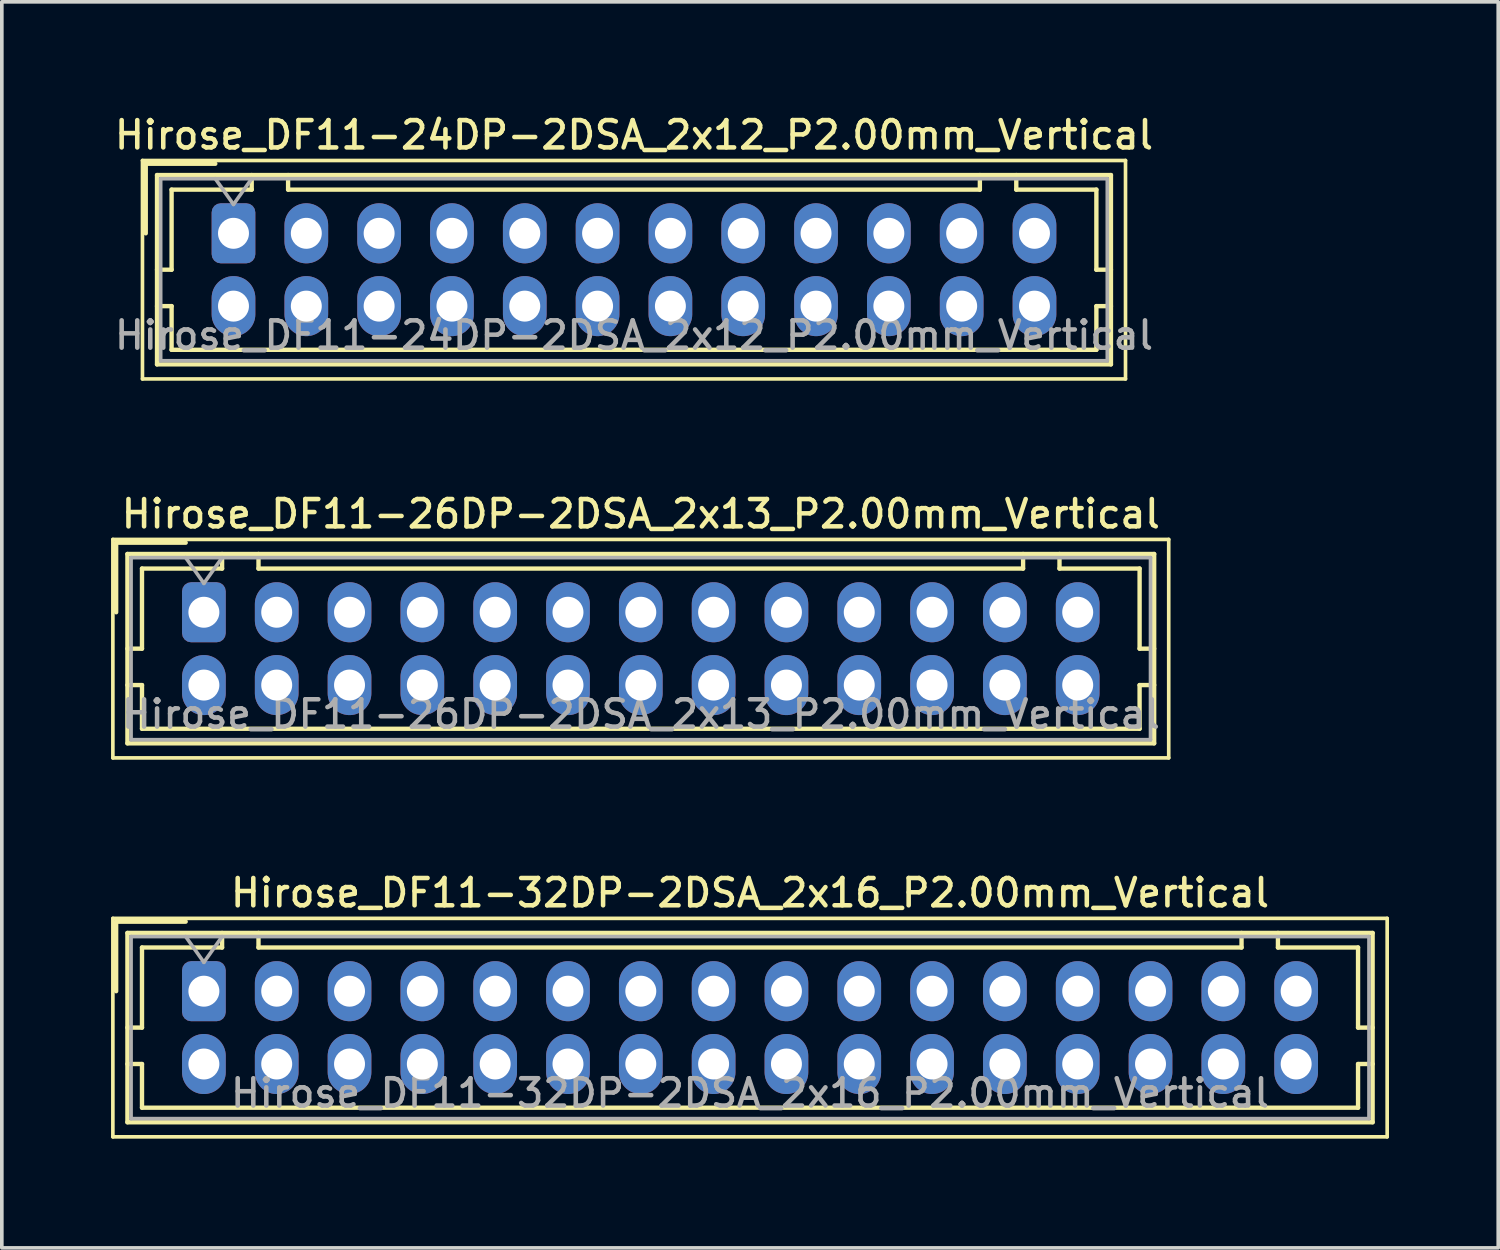
<source format=kicad_pcb>
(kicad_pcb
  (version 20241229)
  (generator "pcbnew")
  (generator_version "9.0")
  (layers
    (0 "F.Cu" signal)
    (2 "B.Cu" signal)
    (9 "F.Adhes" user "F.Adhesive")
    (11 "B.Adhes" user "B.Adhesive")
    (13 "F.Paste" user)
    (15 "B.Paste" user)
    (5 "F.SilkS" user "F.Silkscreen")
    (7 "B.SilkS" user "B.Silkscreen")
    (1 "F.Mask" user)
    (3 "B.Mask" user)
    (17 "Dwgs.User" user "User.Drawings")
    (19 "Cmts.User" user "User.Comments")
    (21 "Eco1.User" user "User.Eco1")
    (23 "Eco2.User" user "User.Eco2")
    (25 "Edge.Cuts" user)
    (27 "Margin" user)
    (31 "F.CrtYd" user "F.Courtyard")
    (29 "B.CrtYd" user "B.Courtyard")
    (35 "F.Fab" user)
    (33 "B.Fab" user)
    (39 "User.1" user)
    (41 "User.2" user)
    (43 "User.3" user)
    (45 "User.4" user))
  (footprint "Hirose_DF11-24DP-2DSA_2x12_P2.00mm_Vertical"
    (layer "F.Cu")
    (at 3.363 3.358)
    (property "Reference" "Hirose_DF11-24DP-2DSA_2x12_P2.00mm_Vertical" (at 11 -2.7 0) (layer "F.SilkS") (effects (font (size 0.75 0.75) (thickness 0.125))))
    (attr through_hole)
    (fp_line (start -2.5 -2) (end -2.5 4) (stroke (width 0.1) (type solid)) (layer "F.SilkS"))
    (fp_line (start -2.5 4) (end 24.5 4) (stroke (width 0.1) (type solid)) (layer "F.SilkS"))
    (fp_line (start -2.41 -1.91) (end -0.5 -1.91) (stroke (width 0.12) (type solid)) (layer "F.SilkS"))
    (fp_line (start -2.41 0) (end -2.41 -1.91) (stroke (width 0.12) (type solid)) (layer "F.SilkS"))
    (fp_line (start -2.1 -1.6) (end -2.1 3.6) (stroke (width 0.12) (type solid)) (layer "F.SilkS"))
    (fp_line (start -2.1 1) (end -1.7 1) (stroke (width 0.12) (type solid)) (layer "F.SilkS"))
    (fp_line (start -2.1 2) (end -1.7 2) (stroke (width 0.12) (type solid)) (layer "F.SilkS"))
    (fp_line (start -2.1 3.6) (end 24.1 3.6) (stroke (width 0.12) (type solid)) (layer "F.SilkS"))
    (fp_line (start -1.7 -1.2) (end 0.5 -1.2) (stroke (width 0.12) (type solid)) (layer "F.SilkS"))
    (fp_line (start -1.7 1) (end -1.7 -1.2) (stroke (width 0.12) (type solid)) (layer "F.SilkS"))
    (fp_line (start -1.7 2) (end -1.7 3.2) (stroke (width 0.12) (type solid)) (layer "F.SilkS"))
    (fp_line (start -1.7 3.2) (end 23.7 3.2) (stroke (width 0.12) (type solid)) (layer "F.SilkS"))
    (fp_line (start 0.5 -1.2) (end 0.5 -1.6) (stroke (width 0.12) (type solid)) (layer "F.SilkS"))
    (fp_line (start 1.5 -1.6) (end 1.5 -1.2) (stroke (width 0.12) (type solid)) (layer "F.SilkS"))
    (fp_line (start 1.5 -1.2) (end 20.5 -1.2) (stroke (width 0.12) (type solid)) (layer "F.SilkS"))
    (fp_line (start 20.5 -1.2) (end 20.5 -1.6) (stroke (width 0.12) (type solid)) (layer "F.SilkS"))
    (fp_line (start 21.5 -1.2) (end 21.5 -1.6) (stroke (width 0.12) (type solid)) (layer "F.SilkS"))
    (fp_line (start 23.7 -1.2) (end 21.5 -1.2) (stroke (width 0.12) (type solid)) (layer "F.SilkS"))
    (fp_line (start 23.7 1) (end 23.7 -1.2) (stroke (width 0.12) (type solid)) (layer "F.SilkS"))
    (fp_line (start 23.7 2) (end 24.1 2) (stroke (width 0.12) (type solid)) (layer "F.SilkS"))
    (fp_line (start 23.7 3.2) (end 23.7 2) (stroke (width 0.12) (type solid)) (layer "F.SilkS"))
    (fp_line (start 24.1 -1.6) (end -2.1 -1.6) (stroke (width 0.12) (type solid)) (layer "F.SilkS"))
    (fp_line (start 24.1 1) (end 23.7 1) (stroke (width 0.12) (type solid)) (layer "F.SilkS"))
    (fp_line (start 24.1 3.6) (end 24.1 -1.6) (stroke (width 0.12) (type solid)) (layer "F.SilkS"))
    (fp_line (start 24.5 -2) (end -2.5 -2) (stroke (width 0.1) (type solid)) (layer "F.SilkS"))
    (fp_line (start 24.5 4) (end 24.5 -2) (stroke (width 0.1) (type solid)) (layer "F.SilkS"))
    (fp_line (start -2 -1.5) (end -2 3.5) (stroke (width 0.1) (type solid)) (layer "F.Fab"))
    (fp_line (start -2 3.5) (end 24 3.5) (stroke (width 0.1) (type solid)) (layer "F.Fab"))
    (fp_line (start -0.5 -1.5) (end 0 -0.793) (stroke (width 0.1) (type solid)) (layer "F.Fab"))
    (fp_line (start 0 -0.793) (end 0.5 -1.5) (stroke (width 0.1) (type solid)) (layer "F.Fab"))
    (fp_line (start 24 -1.5) (end -2 -1.5) (stroke (width 0.1) (type solid)) (layer "F.Fab"))
    (fp_line (start 24 3.5) (end 24 -1.5) (stroke (width 0.1) (type solid)) (layer "F.Fab"))
    (fp_text user "${REFERENCE}" (at 11 2.8 0) (layer "F.Fab") (effects (font (size 0.75 0.75) (thickness 0.125))))
    (pad "1" thru_hole roundrect (at 0 0) (size 1.2 1.65) (drill 0.85) (layers "*.Cu" "*.Mask") (roundrect_rratio 0.208))
    (pad "2" thru_hole oval (at 0 2) (size 1.2 1.65) (drill 0.85) (layers "*.Cu" "*.Mask"))
    (pad "3" thru_hole oval (at 2 0) (size 1.2 1.65) (drill 0.85) (layers "*.Cu" "*.Mask"))
    (pad "4" thru_hole oval (at 2 2) (size 1.2 1.65) (drill 0.85) (layers "*.Cu" "*.Mask"))
    (pad "5" thru_hole oval (at 4 0) (size 1.2 1.65) (drill 0.85) (layers "*.Cu" "*.Mask"))
    (pad "6" thru_hole oval (at 4 2) (size 1.2 1.65) (drill 0.85) (layers "*.Cu" "*.Mask"))
    (pad "7" thru_hole oval (at 6 0) (size 1.2 1.65) (drill 0.85) (layers "*.Cu" "*.Mask"))
    (pad "8" thru_hole oval (at 6 2) (size 1.2 1.65) (drill 0.85) (layers "*.Cu" "*.Mask"))
    (pad "9" thru_hole oval (at 8 0) (size 1.2 1.65) (drill 0.85) (layers "*.Cu" "*.Mask"))
    (pad "10" thru_hole oval (at 8 2) (size 1.2 1.65) (drill 0.85) (layers "*.Cu" "*.Mask"))
    (pad "11" thru_hole oval (at 10 0) (size 1.2 1.65) (drill 0.85) (layers "*.Cu" "*.Mask"))
    (pad "12" thru_hole oval (at 10 2) (size 1.2 1.65) (drill 0.85) (layers "*.Cu" "*.Mask"))
    (pad "13" thru_hole oval (at 12 0) (size 1.2 1.65) (drill 0.85) (layers "*.Cu" "*.Mask"))
    (pad "14" thru_hole oval (at 12 2) (size 1.2 1.65) (drill 0.85) (layers "*.Cu" "*.Mask"))
    (pad "15" thru_hole oval (at 14 0) (size 1.2 1.65) (drill 0.85) (layers "*.Cu" "*.Mask"))
    (pad "16" thru_hole oval (at 14 2) (size 1.2 1.65) (drill 0.85) (layers "*.Cu" "*.Mask"))
    (pad "17" thru_hole oval (at 16 0) (size 1.2 1.65) (drill 0.85) (layers "*.Cu" "*.Mask"))
    (pad "18" thru_hole oval (at 16 2) (size 1.2 1.65) (drill 0.85) (layers "*.Cu" "*.Mask"))
    (pad "19" thru_hole oval (at 18 0) (size 1.2 1.65) (drill 0.85) (layers "*.Cu" "*.Mask"))
    (pad "20" thru_hole oval (at 18 2) (size 1.2 1.65) (drill 0.85) (layers "*.Cu" "*.Mask"))
    (pad "21" thru_hole oval (at 20 0) (size 1.2 1.65) (drill 0.85) (layers "*.Cu" "*.Mask"))
    (pad "22" thru_hole oval (at 20 2) (size 1.2 1.65) (drill 0.85) (layers "*.Cu" "*.Mask"))
    (pad "23" thru_hole oval (at 22 0) (size 1.2 1.65) (drill 0.85) (layers "*.Cu" "*.Mask"))
    (pad "24" thru_hole oval (at 22 2) (size 1.2 1.65) (drill 0.85) (layers "*.Cu" "*.Mask")))
  (footprint "Hirose_DF11-32DP-2DSA_2x16_P2.00mm_Vertical"
    (layer "F.Cu")
    (at 2.55 24.174)
    (property "Reference" "Hirose_DF11-32DP-2DSA_2x16_P2.00mm_Vertical" (at 15 -2.7 0) (layer "F.SilkS") (effects (font (size 0.75 0.75) (thickness 0.125))))
    (attr through_hole)
    (fp_line (start -2.5 -2) (end -2.5 4) (stroke (width 0.1) (type solid)) (layer "F.SilkS"))
    (fp_line (start -2.5 4) (end 32.5 4) (stroke (width 0.1) (type solid)) (layer "F.SilkS"))
    (fp_line (start -2.41 -1.91) (end -0.5 -1.91) (stroke (width 0.12) (type solid)) (layer "F.SilkS"))
    (fp_line (start -2.41 0) (end -2.41 -1.91) (stroke (width 0.12) (type solid)) (layer "F.SilkS"))
    (fp_line (start -2.1 -1.6) (end -2.1 3.6) (stroke (width 0.12) (type solid)) (layer "F.SilkS"))
    (fp_line (start -2.1 1) (end -1.7 1) (stroke (width 0.12) (type solid)) (layer "F.SilkS"))
    (fp_line (start -2.1 2) (end -1.7 2) (stroke (width 0.12) (type solid)) (layer "F.SilkS"))
    (fp_line (start -2.1 3.6) (end 32.1 3.6) (stroke (width 0.12) (type solid)) (layer "F.SilkS"))
    (fp_line (start -1.7 -1.2) (end 0.5 -1.2) (stroke (width 0.12) (type solid)) (layer "F.SilkS"))
    (fp_line (start -1.7 1) (end -1.7 -1.2) (stroke (width 0.12) (type solid)) (layer "F.SilkS"))
    (fp_line (start -1.7 2) (end -1.7 3.2) (stroke (width 0.12) (type solid)) (layer "F.SilkS"))
    (fp_line (start -1.7 3.2) (end 31.7 3.2) (stroke (width 0.12) (type solid)) (layer "F.SilkS"))
    (fp_line (start 0.5 -1.2) (end 0.5 -1.6) (stroke (width 0.12) (type solid)) (layer "F.SilkS"))
    (fp_line (start 1.5 -1.6) (end 1.5 -1.2) (stroke (width 0.12) (type solid)) (layer "F.SilkS"))
    (fp_line (start 1.5 -1.2) (end 28.5 -1.2) (stroke (width 0.12) (type solid)) (layer "F.SilkS"))
    (fp_line (start 28.5 -1.2) (end 28.5 -1.6) (stroke (width 0.12) (type solid)) (layer "F.SilkS"))
    (fp_line (start 29.5 -1.2) (end 29.5 -1.6) (stroke (width 0.12) (type solid)) (layer "F.SilkS"))
    (fp_line (start 31.7 -1.2) (end 29.5 -1.2) (stroke (width 0.12) (type solid)) (layer "F.SilkS"))
    (fp_line (start 31.7 1) (end 31.7 -1.2) (stroke (width 0.12) (type solid)) (layer "F.SilkS"))
    (fp_line (start 31.7 2) (end 32.1 2) (stroke (width 0.12) (type solid)) (layer "F.SilkS"))
    (fp_line (start 31.7 3.2) (end 31.7 2) (stroke (width 0.12) (type solid)) (layer "F.SilkS"))
    (fp_line (start 32.1 -1.6) (end -2.1 -1.6) (stroke (width 0.12) (type solid)) (layer "F.SilkS"))
    (fp_line (start 32.1 1) (end 31.7 1) (stroke (width 0.12) (type solid)) (layer "F.SilkS"))
    (fp_line (start 32.1 3.6) (end 32.1 -1.6) (stroke (width 0.12) (type solid)) (layer "F.SilkS"))
    (fp_line (start 32.5 -2) (end -2.5 -2) (stroke (width 0.1) (type solid)) (layer "F.SilkS"))
    (fp_line (start 32.5 4) (end 32.5 -2) (stroke (width 0.1) (type solid)) (layer "F.SilkS"))
    (fp_line (start -2 -1.5) (end -2 3.5) (stroke (width 0.1) (type solid)) (layer "F.Fab"))
    (fp_line (start -2 3.5) (end 32 3.5) (stroke (width 0.1) (type solid)) (layer "F.Fab"))
    (fp_line (start -0.5 -1.5) (end 0 -0.793) (stroke (width 0.1) (type solid)) (layer "F.Fab"))
    (fp_line (start 0 -0.793) (end 0.5 -1.5) (stroke (width 0.1) (type solid)) (layer "F.Fab"))
    (fp_line (start 32 -1.5) (end -2 -1.5) (stroke (width 0.1) (type solid)) (layer "F.Fab"))
    (fp_line (start 32 3.5) (end 32 -1.5) (stroke (width 0.1) (type solid)) (layer "F.Fab"))
    (fp_text user "${REFERENCE}" (at 15 2.8 0) (layer "F.Fab") (effects (font (size 0.75 0.75) (thickness 0.125))))
    (pad "1" thru_hole roundrect (at 0 0) (size 1.2 1.65) (drill 0.85) (layers "*.Cu" "*.Mask") (roundrect_rratio 0.208))
    (pad "2" thru_hole oval (at 0 2) (size 1.2 1.65) (drill 0.85) (layers "*.Cu" "*.Mask"))
    (pad "3" thru_hole oval (at 2 0) (size 1.2 1.65) (drill 0.85) (layers "*.Cu" "*.Mask"))
    (pad "4" thru_hole oval (at 2 2) (size 1.2 1.65) (drill 0.85) (layers "*.Cu" "*.Mask"))
    (pad "5" thru_hole oval (at 4 0) (size 1.2 1.65) (drill 0.85) (layers "*.Cu" "*.Mask"))
    (pad "6" thru_hole oval (at 4 2) (size 1.2 1.65) (drill 0.85) (layers "*.Cu" "*.Mask"))
    (pad "7" thru_hole oval (at 6 0) (size 1.2 1.65) (drill 0.85) (layers "*.Cu" "*.Mask"))
    (pad "8" thru_hole oval (at 6 2) (size 1.2 1.65) (drill 0.85) (layers "*.Cu" "*.Mask"))
    (pad "9" thru_hole oval (at 8 0) (size 1.2 1.65) (drill 0.85) (layers "*.Cu" "*.Mask"))
    (pad "10" thru_hole oval (at 8 2) (size 1.2 1.65) (drill 0.85) (layers "*.Cu" "*.Mask"))
    (pad "11" thru_hole oval (at 10 0) (size 1.2 1.65) (drill 0.85) (layers "*.Cu" "*.Mask"))
    (pad "12" thru_hole oval (at 10 2) (size 1.2 1.65) (drill 0.85) (layers "*.Cu" "*.Mask"))
    (pad "13" thru_hole oval (at 12 0) (size 1.2 1.65) (drill 0.85) (layers "*.Cu" "*.Mask"))
    (pad "14" thru_hole oval (at 12 2) (size 1.2 1.65) (drill 0.85) (layers "*.Cu" "*.Mask"))
    (pad "15" thru_hole oval (at 14 0) (size 1.2 1.65) (drill 0.85) (layers "*.Cu" "*.Mask"))
    (pad "16" thru_hole oval (at 14 2) (size 1.2 1.65) (drill 0.85) (layers "*.Cu" "*.Mask"))
    (pad "17" thru_hole oval (at 16 0) (size 1.2 1.65) (drill 0.85) (layers "*.Cu" "*.Mask"))
    (pad "18" thru_hole oval (at 16 2) (size 1.2 1.65) (drill 0.85) (layers "*.Cu" "*.Mask"))
    (pad "19" thru_hole oval (at 18 0) (size 1.2 1.65) (drill 0.85) (layers "*.Cu" "*.Mask"))
    (pad "20" thru_hole oval (at 18 2) (size 1.2 1.65) (drill 0.85) (layers "*.Cu" "*.Mask"))
    (pad "21" thru_hole oval (at 20 0) (size 1.2 1.65) (drill 0.85) (layers "*.Cu" "*.Mask"))
    (pad "22" thru_hole oval (at 20 2) (size 1.2 1.65) (drill 0.85) (layers "*.Cu" "*.Mask"))
    (pad "23" thru_hole oval (at 22 0) (size 1.2 1.65) (drill 0.85) (layers "*.Cu" "*.Mask"))
    (pad "24" thru_hole oval (at 22 2) (size 1.2 1.65) (drill 0.85) (layers "*.Cu" "*.Mask"))
    (pad "25" thru_hole oval (at 24 0) (size 1.2 1.65) (drill 0.85) (layers "*.Cu" "*.Mask"))
    (pad "26" thru_hole oval (at 24 2) (size 1.2 1.65) (drill 0.85) (layers "*.Cu" "*.Mask"))
    (pad "27" thru_hole oval (at 26 0) (size 1.2 1.65) (drill 0.85) (layers "*.Cu" "*.Mask"))
    (pad "28" thru_hole oval (at 26 2) (size 1.2 1.65) (drill 0.85) (layers "*.Cu" "*.Mask"))
    (pad "29" thru_hole oval (at 28 0) (size 1.2 1.65) (drill 0.85) (layers "*.Cu" "*.Mask"))
    (pad "30" thru_hole oval (at 28 2) (size 1.2 1.65) (drill 0.85) (layers "*.Cu" "*.Mask"))
    (pad "31" thru_hole oval (at 30 0) (size 1.2 1.65) (drill 0.85) (layers "*.Cu" "*.Mask"))
    (pad "32" thru_hole oval (at 30 2) (size 1.2 1.65) (drill 0.85) (layers "*.Cu" "*.Mask")))
  (footprint "Hirose_DF11-26DP-2DSA_2x13_P2.00mm_Vertical"
    (layer "F.Cu")
    (at 2.55 13.766)
    (property "Reference" "Hirose_DF11-26DP-2DSA_2x13_P2.00mm_Vertical" (at 12 -2.7 0) (layer "F.SilkS") (effects (font (size 0.75 0.75) (thickness 0.125))))
    (attr through_hole)
    (fp_line (start -2.5 -2) (end -2.5 4) (stroke (width 0.1) (type solid)) (layer "F.SilkS"))
    (fp_line (start -2.5 4) (end 26.5 4) (stroke (width 0.1) (type solid)) (layer "F.SilkS"))
    (fp_line (start -2.41 -1.91) (end -0.5 -1.91) (stroke (width 0.12) (type solid)) (layer "F.SilkS"))
    (fp_line (start -2.41 0) (end -2.41 -1.91) (stroke (width 0.12) (type solid)) (layer "F.SilkS"))
    (fp_line (start -2.1 -1.6) (end -2.1 3.6) (stroke (width 0.12) (type solid)) (layer "F.SilkS"))
    (fp_line (start -2.1 1) (end -1.7 1) (stroke (width 0.12) (type solid)) (layer "F.SilkS"))
    (fp_line (start -2.1 2) (end -1.7 2) (stroke (width 0.12) (type solid)) (layer "F.SilkS"))
    (fp_line (start -2.1 3.6) (end 26.1 3.6) (stroke (width 0.12) (type solid)) (layer "F.SilkS"))
    (fp_line (start -1.7 -1.2) (end 0.5 -1.2) (stroke (width 0.12) (type solid)) (layer "F.SilkS"))
    (fp_line (start -1.7 1) (end -1.7 -1.2) (stroke (width 0.12) (type solid)) (layer "F.SilkS"))
    (fp_line (start -1.7 2) (end -1.7 3.2) (stroke (width 0.12) (type solid)) (layer "F.SilkS"))
    (fp_line (start -1.7 3.2) (end 25.7 3.2) (stroke (width 0.12) (type solid)) (layer "F.SilkS"))
    (fp_line (start 0.5 -1.2) (end 0.5 -1.6) (stroke (width 0.12) (type solid)) (layer "F.SilkS"))
    (fp_line (start 1.5 -1.6) (end 1.5 -1.2) (stroke (width 0.12) (type solid)) (layer "F.SilkS"))
    (fp_line (start 1.5 -1.2) (end 22.5 -1.2) (stroke (width 0.12) (type solid)) (layer "F.SilkS"))
    (fp_line (start 22.5 -1.2) (end 22.5 -1.6) (stroke (width 0.12) (type solid)) (layer "F.SilkS"))
    (fp_line (start 23.5 -1.2) (end 23.5 -1.6) (stroke (width 0.12) (type solid)) (layer "F.SilkS"))
    (fp_line (start 25.7 -1.2) (end 23.5 -1.2) (stroke (width 0.12) (type solid)) (layer "F.SilkS"))
    (fp_line (start 25.7 1) (end 25.7 -1.2) (stroke (width 0.12) (type solid)) (layer "F.SilkS"))
    (fp_line (start 25.7 2) (end 26.1 2) (stroke (width 0.12) (type solid)) (layer "F.SilkS"))
    (fp_line (start 25.7 3.2) (end 25.7 2) (stroke (width 0.12) (type solid)) (layer "F.SilkS"))
    (fp_line (start 26.1 -1.6) (end -2.1 -1.6) (stroke (width 0.12) (type solid)) (layer "F.SilkS"))
    (fp_line (start 26.1 1) (end 25.7 1) (stroke (width 0.12) (type solid)) (layer "F.SilkS"))
    (fp_line (start 26.1 3.6) (end 26.1 -1.6) (stroke (width 0.12) (type solid)) (layer "F.SilkS"))
    (fp_line (start 26.5 -2) (end -2.5 -2) (stroke (width 0.1) (type solid)) (layer "F.SilkS"))
    (fp_line (start 26.5 4) (end 26.5 -2) (stroke (width 0.1) (type solid)) (layer "F.SilkS"))
    (fp_line (start -2 -1.5) (end -2 3.5) (stroke (width 0.1) (type solid)) (layer "F.Fab"))
    (fp_line (start -2 3.5) (end 26 3.5) (stroke (width 0.1) (type solid)) (layer "F.Fab"))
    (fp_line (start -0.5 -1.5) (end 0 -0.793) (stroke (width 0.1) (type solid)) (layer "F.Fab"))
    (fp_line (start 0 -0.793) (end 0.5 -1.5) (stroke (width 0.1) (type solid)) (layer "F.Fab"))
    (fp_line (start 26 -1.5) (end -2 -1.5) (stroke (width 0.1) (type solid)) (layer "F.Fab"))
    (fp_line (start 26 3.5) (end 26 -1.5) (stroke (width 0.1) (type solid)) (layer "F.Fab"))
    (fp_text user "${REFERENCE}" (at 12 2.8 0) (layer "F.Fab") (effects (font (size 0.75 0.75) (thickness 0.125))))
    (pad "1" thru_hole roundrect (at 0 0) (size 1.2 1.65) (drill 0.85) (layers "*.Cu" "*.Mask") (roundrect_rratio 0.208))
    (pad "2" thru_hole oval (at 0 2) (size 1.2 1.65) (drill 0.85) (layers "*.Cu" "*.Mask"))
    (pad "3" thru_hole oval (at 2 0) (size 1.2 1.65) (drill 0.85) (layers "*.Cu" "*.Mask"))
    (pad "4" thru_hole oval (at 2 2) (size 1.2 1.65) (drill 0.85) (layers "*.Cu" "*.Mask"))
    (pad "5" thru_hole oval (at 4 0) (size 1.2 1.65) (drill 0.85) (layers "*.Cu" "*.Mask"))
    (pad "6" thru_hole oval (at 4 2) (size 1.2 1.65) (drill 0.85) (layers "*.Cu" "*.Mask"))
    (pad "7" thru_hole oval (at 6 0) (size 1.2 1.65) (drill 0.85) (layers "*.Cu" "*.Mask"))
    (pad "8" thru_hole oval (at 6 2) (size 1.2 1.65) (drill 0.85) (layers "*.Cu" "*.Mask"))
    (pad "9" thru_hole oval (at 8 0) (size 1.2 1.65) (drill 0.85) (layers "*.Cu" "*.Mask"))
    (pad "10" thru_hole oval (at 8 2) (size 1.2 1.65) (drill 0.85) (layers "*.Cu" "*.Mask"))
    (pad "11" thru_hole oval (at 10 0) (size 1.2 1.65) (drill 0.85) (layers "*.Cu" "*.Mask"))
    (pad "12" thru_hole oval (at 10 2) (size 1.2 1.65) (drill 0.85) (layers "*.Cu" "*.Mask"))
    (pad "13" thru_hole oval (at 12 0) (size 1.2 1.65) (drill 0.85) (layers "*.Cu" "*.Mask"))
    (pad "14" thru_hole oval (at 12 2) (size 1.2 1.65) (drill 0.85) (layers "*.Cu" "*.Mask"))
    (pad "15" thru_hole oval (at 14 0) (size 1.2 1.65) (drill 0.85) (layers "*.Cu" "*.Mask"))
    (pad "16" thru_hole oval (at 14 2) (size 1.2 1.65) (drill 0.85) (layers "*.Cu" "*.Mask"))
    (pad "17" thru_hole oval (at 16 0) (size 1.2 1.65) (drill 0.85) (layers "*.Cu" "*.Mask"))
    (pad "18" thru_hole oval (at 16 2) (size 1.2 1.65) (drill 0.85) (layers "*.Cu" "*.Mask"))
    (pad "19" thru_hole oval (at 18 0) (size 1.2 1.65) (drill 0.85) (layers "*.Cu" "*.Mask"))
    (pad "20" thru_hole oval (at 18 2) (size 1.2 1.65) (drill 0.85) (layers "*.Cu" "*.Mask"))
    (pad "21" thru_hole oval (at 20 0) (size 1.2 1.65) (drill 0.85) (layers "*.Cu" "*.Mask"))
    (pad "22" thru_hole oval (at 20 2) (size 1.2 1.65) (drill 0.85) (layers "*.Cu" "*.Mask"))
    (pad "23" thru_hole oval (at 22 0) (size 1.2 1.65) (drill 0.85) (layers "*.Cu" "*.Mask"))
    (pad "24" thru_hole oval (at 22 2) (size 1.2 1.65) (drill 0.85) (layers "*.Cu" "*.Mask"))
    (pad "25" thru_hole oval (at 24 0) (size 1.2 1.65) (drill 0.85) (layers "*.Cu" "*.Mask"))
    (pad "26" thru_hole oval (at 24 2) (size 1.2 1.65) (drill 0.85) (layers "*.Cu" "*.Mask")))
  (gr_rect
    (start -3 -3)
    (end 38.1 31.224)
    (stroke (width 0.1) (type default))
    (fill no)
    (layer "Edge.Cuts")))
</source>
